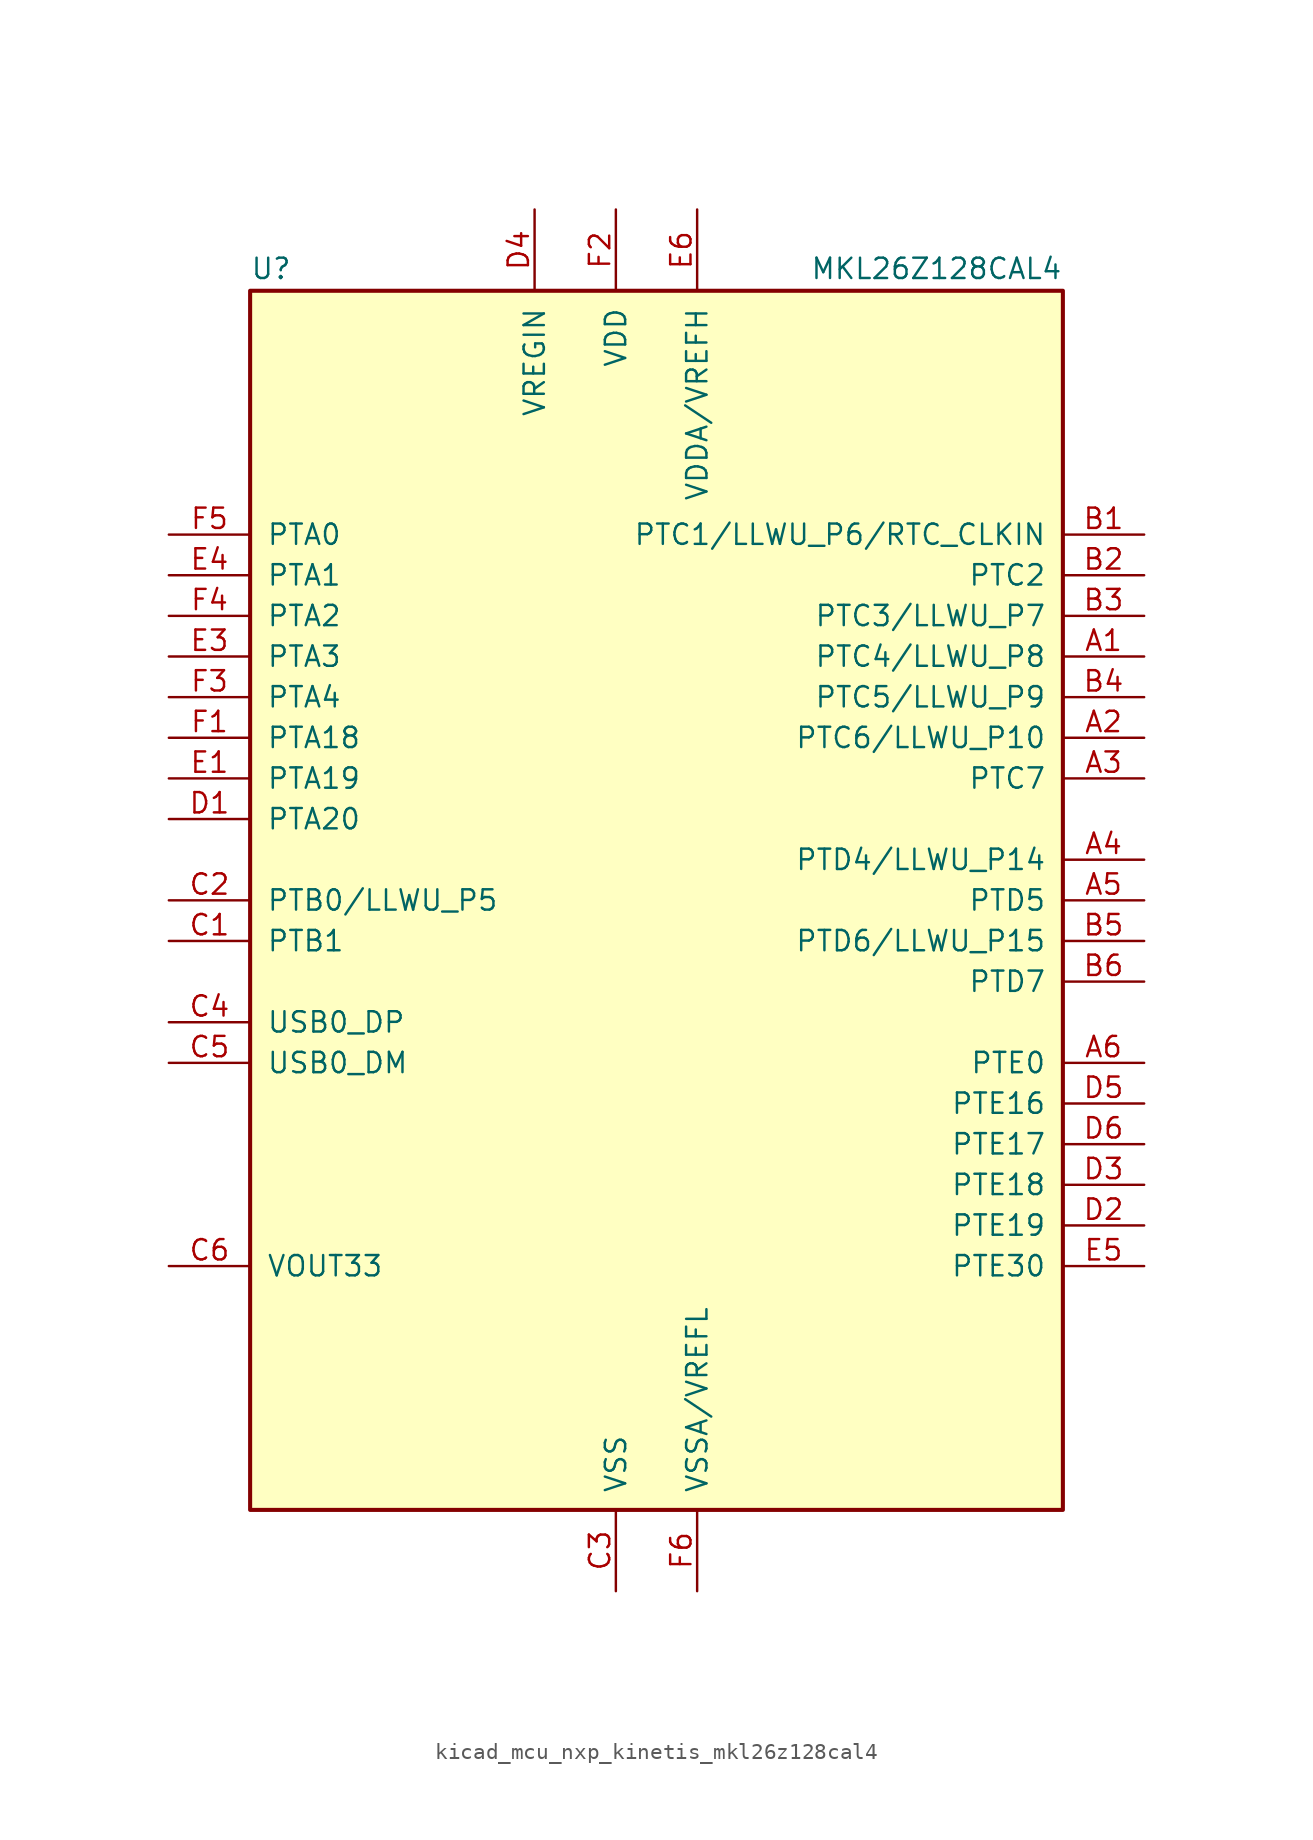
<source format=kicad_sym>
(kicad_symbol_lib
  (version 20220914)
  (generator kicad_symbol_editor)
  (symbol "kicad_mcu_nxp_kinetis_mkl26z128cal4"
    (pin_names
      (offset 1.016))
    (property "Reference" "U"
      (at -25.4 38.735 0)
      (effects (font (size 1.27 1.27)) (justify left bottom)))
    (property "Value" "MKL26Z128CAL4"
      (at 25.4 38.735 0)
      (effects (font (size 1.27 1.27)) (justify right bottom)))
    (symbol "kicad_mcu_nxp_kinetis_mkl26z128cal4_0_1"
      (rectangle (start -25.4 38.1) (end 25.4 -38.1) (stroke (width 0.254) (type default)) (fill (type background))))
    (symbol "kicad_mcu_nxp_kinetis_mkl26z128cal4_1_1"
      (pin bidirectional line (at 30.48 15.24 180) (length 5.08) (name "PTC4/LLWU_P8" (effects (font (size 1.27 1.27)))) (number "A1" (effects (font (size 1.27 1.27)))))
      (pin bidirectional line (at 30.48 10.16 180) (length 5.08) (name "PTC6/LLWU_P10" (effects (font (size 1.27 1.27)))) (number "A2" (effects (font (size 1.27 1.27)))))
      (pin bidirectional line (at 30.48 7.62 180) (length 5.08) (name "PTC7" (effects (font (size 1.27 1.27)))) (number "A3" (effects (font (size 1.27 1.27)))))
      (pin bidirectional line (at 30.48 2.54 180) (length 5.08) (name "PTD4/LLWU_P14" (effects (font (size 1.27 1.27)))) (number "A4" (effects (font (size 1.27 1.27)))))
      (pin bidirectional line (at 30.48 0 180) (length 5.08) (name "PTD5" (effects (font (size 1.27 1.27)))) (number "A5" (effects (font (size 1.27 1.27)))))
      (pin bidirectional line (at 30.48 -10.16 180) (length 5.08) (name "PTE0" (effects (font (size 1.27 1.27)))) (number "A6" (effects (font (size 1.27 1.27)))))
      (pin bidirectional line (at 30.48 22.86 180) (length 5.08) (name "PTC1/LLWU_P6/RTC_CLKIN" (effects (font (size 1.27 1.27)))) (number "B1" (effects (font (size 1.27 1.27)))))
      (pin bidirectional line (at 30.48 20.32 180) (length 5.08) (name "PTC2" (effects (font (size 1.27 1.27)))) (number "B2" (effects (font (size 1.27 1.27)))))
      (pin bidirectional line (at 30.48 17.78 180) (length 5.08) (name "PTC3/LLWU_P7" (effects (font (size 1.27 1.27)))) (number "B3" (effects (font (size 1.27 1.27)))))
      (pin bidirectional line (at 30.48 12.7 180) (length 5.08) (name "PTC5/LLWU_P9" (effects (font (size 1.27 1.27)))) (number "B4" (effects (font (size 1.27 1.27)))))
      (pin bidirectional line (at 30.48 -2.54 180) (length 5.08) (name "PTD6/LLWU_P15" (effects (font (size 1.27 1.27)))) (number "B5" (effects (font (size 1.27 1.27)))))
      (pin bidirectional line (at 30.48 -5.08 180) (length 5.08) (name "PTD7" (effects (font (size 1.27 1.27)))) (number "B6" (effects (font (size 1.27 1.27)))))
      (pin bidirectional line (at -30.48 -2.54 0) (length 5.08) (name "PTB1" (effects (font (size 1.27 1.27)))) (number "C1" (effects (font (size 1.27 1.27)))))
      (pin bidirectional line (at -30.48 0 0) (length 5.08) (name "PTB0/LLWU_P5" (effects (font (size 1.27 1.27)))) (number "C2" (effects (font (size 1.27 1.27)))))
      (pin power_in line (at -2.54 -43.18 90) (length 5.08) (name "VSS" (effects (font (size 1.27 1.27)))) (number "C3" (effects (font (size 1.27 1.27)))))
      (pin bidirectional line (at -30.48 -7.62 0) (length 5.08) (name "USB0_DP" (effects (font (size 1.27 1.27)))) (number "C4" (effects (font (size 1.27 1.27)))))
      (pin bidirectional line (at -30.48 -10.16 0) (length 5.08) (name "USB0_DM" (effects (font (size 1.27 1.27)))) (number "C5" (effects (font (size 1.27 1.27)))))
      (pin power_out line (at -30.48 -22.86 0) (length 5.08) (name "VOUT33" (effects (font (size 1.27 1.27)))) (number "C6" (effects (font (size 1.27 1.27)))))
      (pin bidirectional line (at -30.48 5.08 0) (length 5.08) (name "PTA20" (effects (font (size 1.27 1.27)))) (number "D1" (effects (font (size 1.27 1.27)))))
      (pin bidirectional line (at 30.48 -20.32 180) (length 5.08) (name "PTE19" (effects (font (size 1.27 1.27)))) (number "D2" (effects (font (size 1.27 1.27)))))
      (pin bidirectional line (at 30.48 -17.78 180) (length 5.08) (name "PTE18" (effects (font (size 1.27 1.27)))) (number "D3" (effects (font (size 1.27 1.27)))))
      (pin power_in line (at -7.62 43.18 270) (length 5.08) (name "VREGIN" (effects (font (size 1.27 1.27)))) (number "D4" (effects (font (size 1.27 1.27)))))
      (pin bidirectional line (at 30.48 -12.7 180) (length 5.08) (name "PTE16" (effects (font (size 1.27 1.27)))) (number "D5" (effects (font (size 1.27 1.27)))))
      (pin bidirectional line (at 30.48 -15.24 180) (length 5.08) (name "PTE17" (effects (font (size 1.27 1.27)))) (number "D6" (effects (font (size 1.27 1.27)))))
      (pin bidirectional line (at -30.48 7.62 0) (length 5.08) (name "PTA19" (effects (font (size 1.27 1.27)))) (number "E1" (effects (font (size 1.27 1.27)))))
      (pin passive line (at -2.54 -43.18 90) (length 5.08) hide (name "VSS" (effects (font (size 1.27 1.27)))) (number "E2" (effects (font (size 1.27 1.27)))))
      (pin bidirectional line (at -30.48 15.24 0) (length 5.08) (name "PTA3" (effects (font (size 1.27 1.27)))) (number "E3" (effects (font (size 1.27 1.27)))))
      (pin bidirectional line (at -30.48 20.32 0) (length 5.08) (name "PTA1" (effects (font (size 1.27 1.27)))) (number "E4" (effects (font (size 1.27 1.27)))))
      (pin bidirectional line (at 30.48 -22.86 180) (length 5.08) (name "PTE30" (effects (font (size 1.27 1.27)))) (number "E5" (effects (font (size 1.27 1.27)))))
      (pin power_in line (at 2.54 43.18 270) (length 5.08) (name "VDDA/VREFH" (effects (font (size 1.27 1.27)))) (number "E6" (effects (font (size 1.27 1.27)))))
      (pin bidirectional line (at -30.48 10.16 0) (length 5.08) (name "PTA18" (effects (font (size 1.27 1.27)))) (number "F1" (effects (font (size 1.27 1.27)))))
      (pin power_in line (at -2.54 43.18 270) (length 5.08) (name "VDD" (effects (font (size 1.27 1.27)))) (number "F2" (effects (font (size 1.27 1.27)))))
      (pin bidirectional line (at -30.48 12.7 0) (length 5.08) (name "PTA4" (effects (font (size 1.27 1.27)))) (number "F3" (effects (font (size 1.27 1.27)))))
      (pin bidirectional line (at -30.48 17.78 0) (length 5.08) (name "PTA2" (effects (font (size 1.27 1.27)))) (number "F4" (effects (font (size 1.27 1.27)))))
      (pin bidirectional line (at -30.48 22.86 0) (length 5.08) (name "PTA0" (effects (font (size 1.27 1.27)))) (number "F5" (effects (font (size 1.27 1.27)))))
      (pin power_in line (at 2.54 -43.18 90) (length 5.08) (name "VSSA/VREFL" (effects (font (size 1.27 1.27)))) (number "F6" (effects (font (size 1.27 1.27))))))))
</source>
